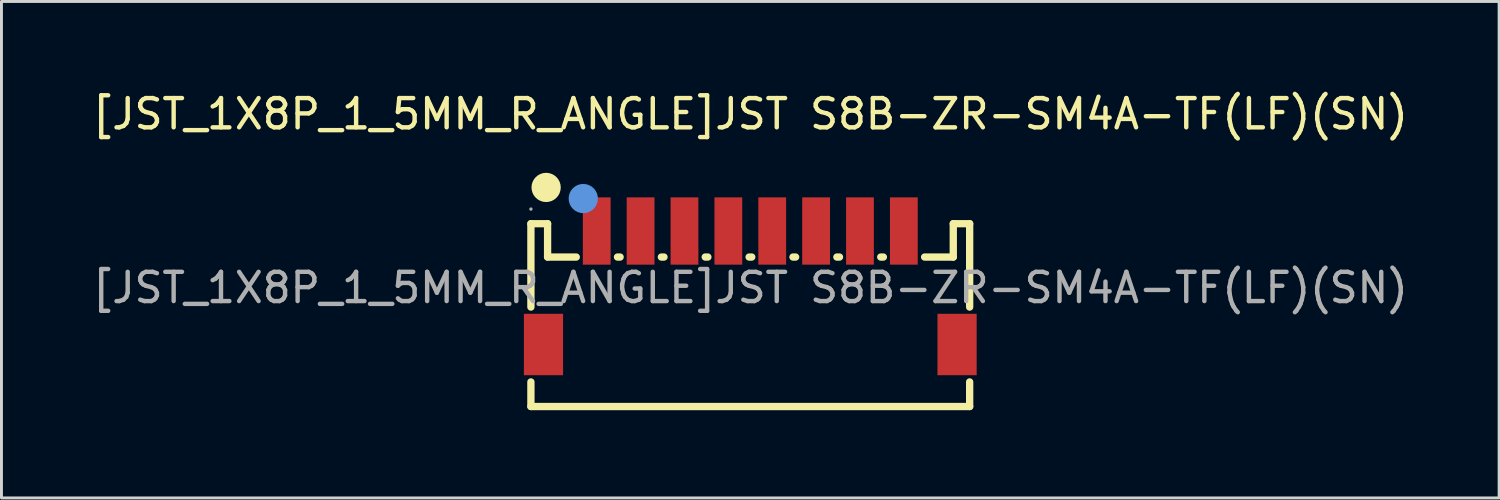
<source format=kicad_pcb>
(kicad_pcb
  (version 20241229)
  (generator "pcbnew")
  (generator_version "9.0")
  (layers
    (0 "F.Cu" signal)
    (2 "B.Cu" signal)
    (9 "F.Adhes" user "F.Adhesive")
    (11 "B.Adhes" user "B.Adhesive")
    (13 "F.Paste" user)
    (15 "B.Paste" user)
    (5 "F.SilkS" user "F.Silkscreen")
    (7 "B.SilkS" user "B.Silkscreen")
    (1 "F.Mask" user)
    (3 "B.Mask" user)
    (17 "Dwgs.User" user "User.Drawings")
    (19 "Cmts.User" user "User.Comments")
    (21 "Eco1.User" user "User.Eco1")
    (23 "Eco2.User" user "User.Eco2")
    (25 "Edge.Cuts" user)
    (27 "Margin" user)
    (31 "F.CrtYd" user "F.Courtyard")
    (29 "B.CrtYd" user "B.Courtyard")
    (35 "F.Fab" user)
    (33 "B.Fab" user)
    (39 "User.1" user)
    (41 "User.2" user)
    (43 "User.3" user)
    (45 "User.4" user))
  (footprint "[JST_1X8P_1_5MM_R_ANGLE]JST S8B-ZR-SM4A-TF(LF)(SN)"
    (layer "F.Cu")
    (at 22.601 6.788)
    (property "Reference" "[JST_1X8P_1_5MM_R_ANGLE]JST S8B-ZR-SM4A-TF(LF)(SN)" (at 0 -5.94 0) (layer "F.SilkS") (effects (font (size 1 1) (thickness 0.15))))
    (attr smd)
    (fp_line (start -7.5 -2.19) (end -6.93 -2.19) (stroke (width 0.25) (type solid)) (layer "F.SilkS"))
    (fp_line (start -7.5 0.66) (end -7.5 -2.19) (stroke (width 0.25) (type solid)) (layer "F.SilkS"))
    (fp_line (start -7.5 4.06) (end -7.5 3.22) (stroke (width 0.25) (type solid)) (layer "F.SilkS"))
    (fp_line (start -7.5 4.06) (end 7.5 4.06) (stroke (width 0.25) (type solid)) (layer "F.SilkS"))
    (fp_line (start -6.93 -2.19) (end -6.93 -1.05) (stroke (width 0.25) (type solid)) (layer "F.SilkS"))
    (fp_line (start -5.95 -1.05) (end -6.93 -1.05) (stroke (width 0.25) (type solid)) (layer "F.SilkS"))
    (fp_line (start -4.45 -1.05) (end -4.54 -1.05) (stroke (width 0.25) (type solid)) (layer "F.SilkS"))
    (fp_line (start -2.95 -1.05) (end -3.04 -1.05) (stroke (width 0.25) (type solid)) (layer "F.SilkS"))
    (fp_line (start -1.45 -1.05) (end -1.54 -1.05) (stroke (width 0.25) (type solid)) (layer "F.SilkS"))
    (fp_line (start -0.04 -1.05) (end 0.05 -1.05) (stroke (width 0.25) (type solid)) (layer "F.SilkS"))
    (fp_line (start 1.46 -1.05) (end 1.55 -1.05) (stroke (width 0.25) (type solid)) (layer "F.SilkS"))
    (fp_line (start 2.96 -1.05) (end 3.05 -1.05) (stroke (width 0.25) (type solid)) (layer "F.SilkS"))
    (fp_line (start 4.46 -1.05) (end 4.55 -1.05) (stroke (width 0.25) (type solid)) (layer "F.SilkS"))
    (fp_line (start 6.94 -2.19) (end 6.94 -1.05) (stroke (width 0.25) (type solid)) (layer "F.SilkS"))
    (fp_line (start 6.94 -1.05) (end 5.96 -1.05) (stroke (width 0.25) (type solid)) (layer "F.SilkS"))
    (fp_line (start 7.5 -2.19) (end 6.94 -2.19) (stroke (width 0.25) (type solid)) (layer "F.SilkS"))
    (fp_line (start 7.5 0.66) (end 7.5 -2.19) (stroke (width 0.25) (type solid)) (layer "F.SilkS"))
    (fp_line (start 7.5 4.06) (end 7.5 3.22) (stroke (width 0.25) (type solid)) (layer "F.SilkS"))
    (fp_circle (center -6.98 -3.43) (end -6.73 -3.43) (stroke (width 0.5) (type solid)) (fill no) (layer "F.SilkS"))
    (fp_circle (center -5.71 -3.05) (end -5.46 -3.05) (stroke (width 0.5) (type solid)) (fill no) (layer "Cmts.User"))
    (fp_circle (center -7.5 -2.69) (end -7.47 -2.69) (stroke (width 0.06) (type solid)) (fill no) (layer "F.Fab"))
    (fp_text user "${REFERENCE}" (at 0 0 0) (layer "F.Fab") (effects (font (size 1 1) (thickness 0.15))))
    (pad "1" smd rect (at -5.25 -1.94) (size 0.95 2.3) (layers "F.Cu" "F.Mask" "F.Paste"))
    (pad "2" smd rect (at -3.75 -1.94) (size 0.95 2.3) (layers "F.Cu" "F.Mask" "F.Paste"))
    (pad "3" smd rect (at -2.25 -1.94) (size 0.95 2.3) (layers "F.Cu" "F.Mask" "F.Paste"))
    (pad "4" smd rect (at -0.75 -1.94) (size 0.95 2.3) (layers "F.Cu" "F.Mask" "F.Paste"))
    (pad "5" smd rect (at 0.75 -1.94) (size 0.95 2.3) (layers "F.Cu" "F.Mask" "F.Paste"))
    (pad "6" smd rect (at 2.25 -1.94) (size 0.95 2.3) (layers "F.Cu" "F.Mask" "F.Paste"))
    (pad "7" smd rect (at 3.75 -1.94) (size 0.95 2.3) (layers "F.Cu" "F.Mask" "F.Paste"))
    (pad "8" smd rect (at 5.25 -1.94) (size 0.95 2.3) (layers "F.Cu" "F.Mask" "F.Paste"))
    (pad "9" smd rect (at 7.07 1.94) (size 1.34 2.1) (layers "F.Cu" "F.Mask" "F.Paste"))
    (pad "10" smd rect (at -7.07 1.94) (size 1.34 2.1) (layers "F.Cu" "F.Mask" "F.Paste")))
  (gr_rect
    (start -3 -3)
    (end 48.202 13.973)
    (stroke (width 0.1) (type default))
    (fill no)
    (layer "Edge.Cuts")))
</source>
